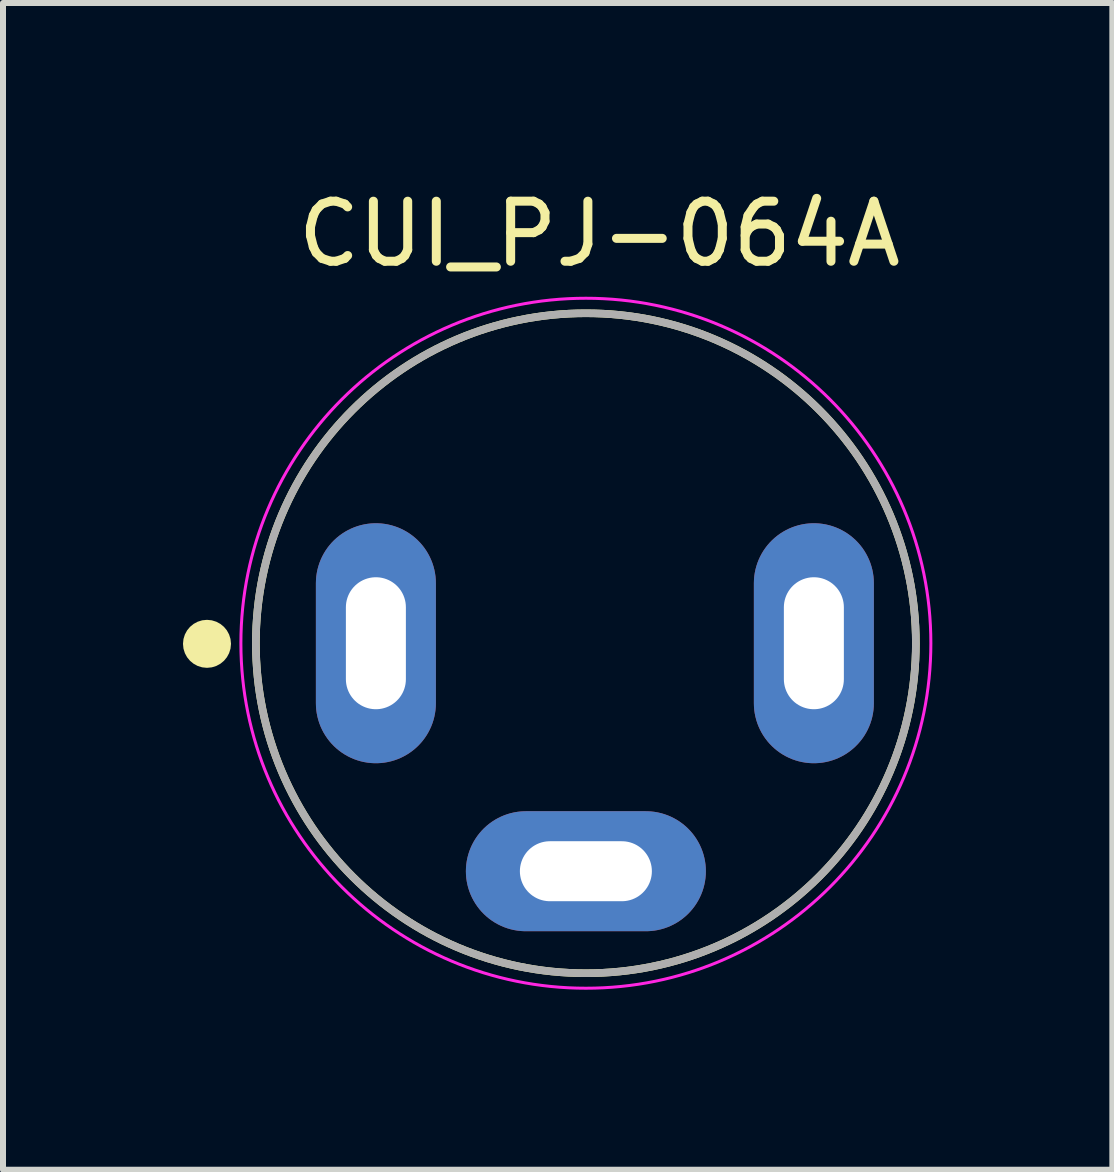
<source format=kicad_pcb>
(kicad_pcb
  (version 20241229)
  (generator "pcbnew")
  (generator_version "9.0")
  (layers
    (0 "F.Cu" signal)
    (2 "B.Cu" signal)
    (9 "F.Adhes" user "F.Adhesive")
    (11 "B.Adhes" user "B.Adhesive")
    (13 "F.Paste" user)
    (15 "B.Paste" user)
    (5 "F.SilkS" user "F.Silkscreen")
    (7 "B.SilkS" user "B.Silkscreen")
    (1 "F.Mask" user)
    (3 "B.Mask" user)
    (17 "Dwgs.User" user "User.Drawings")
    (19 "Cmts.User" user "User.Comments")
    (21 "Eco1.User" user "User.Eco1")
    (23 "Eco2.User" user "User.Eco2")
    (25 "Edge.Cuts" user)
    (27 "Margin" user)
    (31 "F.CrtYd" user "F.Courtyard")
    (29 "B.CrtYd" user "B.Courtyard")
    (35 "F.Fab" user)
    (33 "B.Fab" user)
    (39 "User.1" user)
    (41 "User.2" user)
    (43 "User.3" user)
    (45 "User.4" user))
  (footprint "CUI_PJ-064A"
    (layer "F.Cu")
    (at 3.215 7.671)
    (property "Reference" "CUI_PJ-064A" (at 3.724 -6.822 0) (layer "F.SilkS") (effects (font (size 1.001 1.001) (thickness 0.15))))
    (attr through_hole)
    (fp_circle (center -2.815 0.01) (end -2.615 0.01) (stroke (width 0.4) (type solid)) (fill no) (layer "F.SilkS"))
    (fp_circle (center 3.5 0) (end 9 0) (stroke (width 0.127) (type solid)) (fill no) (layer "F.SilkS"))
    (fp_circle (center 3.5 0) (end 9.25 0) (stroke (width 0.05) (type solid)) (fill no) (layer "F.CrtYd"))
    (fp_circle (center 3.5 0) (end 9 0) (stroke (width 0.127) (type solid)) (fill no) (layer "F.Fab"))
    (pad "1" thru_hole oval (at 0 0) (size 2 4) (drill oval 1 2.2) (layers "*.Cu" "*.Mask"))
    (pad "2" thru_hole oval (at 3.5 3.8) (size 4 2) (drill oval 2.2 1) (layers "*.Cu" "*.Mask"))
    (pad "3" thru_hole oval (at 7.3 0) (size 2 4) (drill oval 1 2.2) (layers "*.Cu" "*.Mask")))
  (gr_rect
    (start -3 -3)
    (end 15.49 16.446)
    (stroke (width 0.1) (type default))
    (fill no)
    (layer "Edge.Cuts")))
</source>
